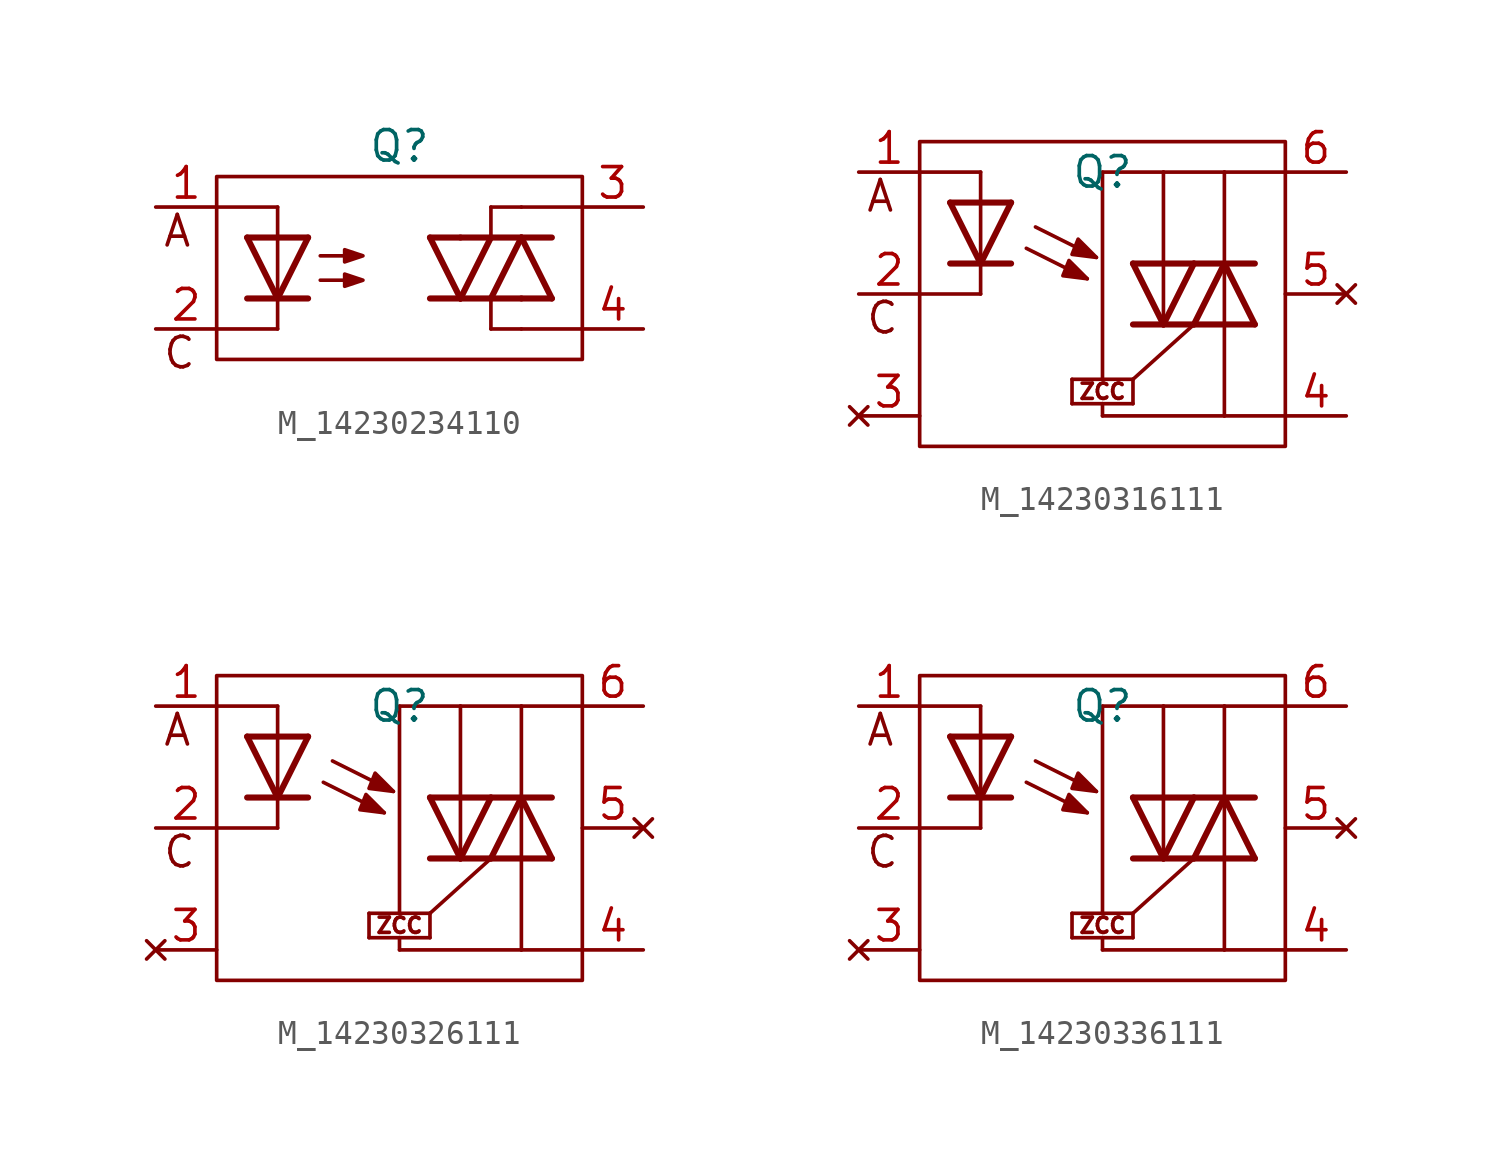
<source format=kicad_sym>
(kicad_symbol_lib
  (version 20220914)
  (generator kicad_symbol_editor)
  (symbol "M_14230234110"
    (pin_names hide)
    (property "Reference" "Q"
      (at 0 5.08 0)
      (effects (font (size 1.27 1.27))))
    (symbol "M_14230234110_0_0"
      (rectangle (start -7.62 3.81) (end 7.62 -3.81) (stroke (width 0) (type default)) (fill (type none)))
      (polyline (pts (xy -5.08 -2.54) (xy -7.62 -2.54)) (stroke (width 0.152) (type default)) (fill (type none)))
      (polyline (pts (xy -5.08 -1.27) (xy -6.35 -1.27)) (stroke (width 0.254) (type default)) (fill (type none)))
      (polyline (pts (xy -5.08 -1.27) (xy -6.35 1.27)) (stroke (width 0.254) (type default)) (fill (type none)))
      (polyline (pts (xy -5.08 -1.27) (xy -5.08 -2.54)) (stroke (width 0.152) (type default)) (fill (type none)))
      (polyline (pts (xy -5.08 1.27) (xy -6.35 1.27)) (stroke (width 0.254) (type default)) (fill (type none)))
      (polyline (pts (xy -5.08 1.27) (xy -5.08 -1.27)) (stroke (width 0.152) (type default)) (fill (type none)))
      (polyline (pts (xy -5.08 1.27) (xy -5.08 2.54)) (stroke (width 0.152) (type default)) (fill (type none)))
      (polyline (pts (xy -5.08 2.54) (xy -7.62 2.54)) (stroke (width 0.152) (type default)) (fill (type none)))
      (polyline (pts (xy -3.81 -1.27) (xy -5.08 -1.27)) (stroke (width 0.254) (type default)) (fill (type none)))
      (polyline (pts (xy -3.81 1.27) (xy -5.08 -1.27)) (stroke (width 0.254) (type default)) (fill (type none)))
      (polyline (pts (xy -3.81 1.27) (xy -5.08 1.27)) (stroke (width 0.254) (type default)) (fill (type none)))
      (polyline (pts (xy -3.302 -0.508) (xy -2.032 -0.508)) (stroke (width 0.152) (type default)) (fill (type none)))
      (polyline (pts (xy -3.302 0.508) (xy -2.032 0.508)) (stroke (width 0.152) (type default)) (fill (type none)))
      (polyline (pts (xy 2.54 -1.27) (xy 1.27 -1.27)) (stroke (width 0.254) (type default)) (fill (type none)))
      (polyline (pts (xy 2.54 -1.27) (xy 1.27 1.27)) (stroke (width 0.254) (type default)) (fill (type none)))
      (polyline (pts (xy 2.54 1.27) (xy 1.27 1.27)) (stroke (width 0.254) (type default)) (fill (type none)))
      (polyline (pts (xy 3.81 -2.54) (xy 5.08 -2.54)) (stroke (width 0.152) (type default)) (fill (type none)))
      (polyline (pts (xy 3.81 -1.27) (xy 2.54 -1.27)) (stroke (width 0.254) (type default)) (fill (type none)))
      (polyline (pts (xy 3.81 -1.27) (xy 3.81 -2.54)) (stroke (width 0.152) (type default)) (fill (type none)))
      (polyline (pts (xy 3.81 -1.27) (xy 5.08 -1.27)) (stroke (width 0.254) (type default)) (fill (type none)))
      (polyline (pts (xy 3.81 -1.27) (xy 5.08 1.27)) (stroke (width 0.254) (type default)) (fill (type none)))
      (polyline (pts (xy 3.81 1.27) (xy 2.54 -1.27)) (stroke (width 0.254) (type default)) (fill (type none)))
      (polyline (pts (xy 3.81 1.27) (xy 2.54 1.27)) (stroke (width 0.254) (type default)) (fill (type none)))
      (polyline (pts (xy 3.81 1.27) (xy 3.81 2.54)) (stroke (width 0.152) (type default)) (fill (type none)))
      (polyline (pts (xy 3.81 1.27) (xy 5.08 1.27)) (stroke (width 0.254) (type default)) (fill (type none)))
      (polyline (pts (xy 5.08 -1.27) (xy 6.35 -1.27)) (stroke (width 0.254) (type default)) (fill (type none)))
      (polyline (pts (xy 5.08 1.27) (xy 6.35 -1.27)) (stroke (width 0.254) (type default)) (fill (type none)))
      (polyline (pts (xy 5.08 1.27) (xy 6.35 1.27)) (stroke (width 0.254) (type default)) (fill (type none)))
      (polyline (pts (xy 5.08 2.54) (xy 3.81 2.54)) (stroke (width 0.152) (type default)) (fill (type none)))
      (polyline (pts (xy 7.62 -2.54) (xy 5.08 -2.54)) (stroke (width 0.152) (type default)) (fill (type none)))
      (polyline (pts (xy 7.62 2.54) (xy 5.08 2.54)) (stroke (width 0.152) (type default)) (fill (type none)))
      (polyline (pts (xy -2.286 -0.254) (xy -1.524 -0.508) (xy -2.286 -0.762) (xy -2.286 -0.254)) (stroke (width 0.152) (type default)) (fill (type outline)))
      (polyline (pts (xy -2.286 0.762) (xy -1.524 0.508) (xy -2.286 0.254) (xy -2.286 0.762)) (stroke (width 0.152) (type default)) (fill (type outline)))
      (text "A" (at -9.906 2.286 0) (effects (font (size 1.27 1.27)) (justify left top)))
      (text "C" (at -9.906 -2.794 0) (effects (font (size 1.27 1.27)) (justify left top))))
    (symbol "M_14230234110_1_0"
      (pin passive line (at -10.16 2.54 0) (length 2.54) (name "Anode" (effects (font (size 1.27 1.27)))) (number "1" (effects (font (size 1.27 1.27)))))
      (pin passive line (at -10.16 -2.54 0) (length 2.54) (name "Cathode" (effects (font (size 1.27 1.27)))) (number "2" (effects (font (size 1.27 1.27)))))
      (pin passive line (at 10.16 2.54 180) (length 2.54) (name "Teminal" (effects (font (size 1.27 1.27)))) (number "3" (effects (font (size 1.27 1.27)))))
      (pin passive line (at 10.16 -2.54 180) (length 2.54) (name "Teminal" (effects (font (size 1.27 1.27)))) (number "4" (effects (font (size 1.27 1.27)))))))
  (symbol "M_14230316111"
    (pin_names hide)
    (property "Reference" "Q"
      (at 0 5.08 0)
      (effects (font (size 1.27 1.27))))
    (symbol "M_14230316111_0_0"
      (rectangle (start -7.62 6.35) (end 7.62 -6.35) (stroke (width 0) (type default)) (fill (type none)))
      (polyline (pts (xy -5.08 0) (xy -7.62 0)) (stroke (width 0.152) (type default)) (fill (type none)))
      (polyline (pts (xy -5.08 1.27) (xy -6.35 1.27)) (stroke (width 0.254) (type default)) (fill (type none)))
      (polyline (pts (xy -5.08 1.27) (xy -6.35 3.81)) (stroke (width 0.254) (type default)) (fill (type none)))
      (polyline (pts (xy -5.08 1.27) (xy -5.08 0)) (stroke (width 0.152) (type default)) (fill (type none)))
      (polyline (pts (xy -5.08 3.81) (xy -6.35 3.81)) (stroke (width 0.254) (type default)) (fill (type none)))
      (polyline (pts (xy -5.08 3.81) (xy -5.08 1.27)) (stroke (width 0.152) (type default)) (fill (type none)))
      (polyline (pts (xy -5.08 3.81) (xy -5.08 5.08)) (stroke (width 0.152) (type default)) (fill (type none)))
      (polyline (pts (xy -5.08 5.08) (xy -7.62 5.08)) (stroke (width 0.152) (type default)) (fill (type none)))
      (polyline (pts (xy -3.81 1.27) (xy -5.08 1.27)) (stroke (width 0.254) (type default)) (fill (type none)))
      (polyline (pts (xy -3.81 3.81) (xy -5.08 1.27)) (stroke (width 0.254) (type default)) (fill (type none)))
      (polyline (pts (xy -3.81 3.81) (xy -5.08 3.81)) (stroke (width 0.254) (type default)) (fill (type none)))
      (polyline (pts (xy -3.175 1.905) (xy -0.635 0.635)) (stroke (width 0.152) (type default)) (fill (type none)))
      (polyline (pts (xy -2.794 2.794) (xy -0.254 1.524)) (stroke (width 0.152) (type default)) (fill (type none)))
      (polyline (pts (xy -1.27 -4.572) (xy -1.27 -3.556)) (stroke (width 0.152) (type default)) (fill (type none)))
      (polyline (pts (xy -1.27 -3.556) (xy 0 -3.556)) (stroke (width 0.152) (type default)) (fill (type none)))
      (polyline (pts (xy 0 -5.08) (xy 5.08 -5.08)) (stroke (width 0.152) (type default)) (fill (type none)))
      (polyline (pts (xy 0 -4.572) (xy -1.27 -4.572)) (stroke (width 0.152) (type default)) (fill (type none)))
      (polyline (pts (xy 0 -4.572) (xy 0 -5.08)) (stroke (width 0.152) (type default)) (fill (type none)))
      (polyline (pts (xy 0 -3.556) (xy 1.27 -3.556)) (stroke (width 0.152) (type default)) (fill (type none)))
      (polyline (pts (xy 0 5.08) (xy 0 -3.556)) (stroke (width 0.152) (type default)) (fill (type none)))
      (polyline (pts (xy 1.27 -4.572) (xy 0 -4.572)) (stroke (width 0.152) (type default)) (fill (type none)))
      (polyline (pts (xy 1.27 -3.556) (xy 1.27 -4.572)) (stroke (width 0.152) (type default)) (fill (type none)))
      (polyline (pts (xy 1.27 -3.556) (xy 3.81 -1.27)) (stroke (width 0.152) (type default)) (fill (type none)))
      (polyline (pts (xy 2.54 -1.27) (xy 1.27 -1.27)) (stroke (width 0.254) (type default)) (fill (type none)))
      (polyline (pts (xy 2.54 -1.27) (xy 1.27 1.27)) (stroke (width 0.254) (type default)) (fill (type none)))
      (polyline (pts (xy 2.54 1.27) (xy 1.27 1.27)) (stroke (width 0.254) (type default)) (fill (type none)))
      (polyline (pts (xy 2.54 1.27) (xy 2.54 -1.27)) (stroke (width 0.152) (type default)) (fill (type none)))
      (polyline (pts (xy 2.54 1.27) (xy 2.54 5.08)) (stroke (width 0.152) (type default)) (fill (type none)))
      (polyline (pts (xy 2.54 5.08) (xy 0 5.08)) (stroke (width 0.152) (type default)) (fill (type none)))
      (polyline (pts (xy 3.81 -1.27) (xy 2.54 -1.27)) (stroke (width 0.254) (type default)) (fill (type none)))
      (polyline (pts (xy 3.81 -1.27) (xy 5.08 -1.27)) (stroke (width 0.254) (type default)) (fill (type none)))
      (polyline (pts (xy 3.81 -1.27) (xy 5.08 1.27)) (stroke (width 0.254) (type default)) (fill (type none)))
      (polyline (pts (xy 3.81 1.27) (xy 2.54 -1.27)) (stroke (width 0.254) (type default)) (fill (type none)))
      (polyline (pts (xy 3.81 1.27) (xy 2.54 1.27)) (stroke (width 0.254) (type default)) (fill (type none)))
      (polyline (pts (xy 3.81 1.27) (xy 5.08 1.27)) (stroke (width 0.254) (type default)) (fill (type none)))
      (polyline (pts (xy 5.08 -1.27) (xy 5.08 -5.08)) (stroke (width 0.152) (type default)) (fill (type none)))
      (polyline (pts (xy 5.08 -1.27) (xy 5.08 1.27)) (stroke (width 0.152) (type default)) (fill (type none)))
      (polyline (pts (xy 5.08 -1.27) (xy 6.35 -1.27)) (stroke (width 0.254) (type default)) (fill (type none)))
      (polyline (pts (xy 5.08 1.27) (xy 5.08 5.08)) (stroke (width 0.152) (type default)) (fill (type none)))
      (polyline (pts (xy 5.08 1.27) (xy 6.35 -1.27)) (stroke (width 0.254) (type default)) (fill (type none)))
      (polyline (pts (xy 5.08 1.27) (xy 6.35 1.27)) (stroke (width 0.254) (type default)) (fill (type none)))
      (polyline (pts (xy 5.08 5.08) (xy 2.54 5.08)) (stroke (width 0.152) (type default)) (fill (type none)))
      (polyline (pts (xy 7.62 -5.08) (xy 5.08 -5.08)) (stroke (width 0.152) (type default)) (fill (type none)))
      (polyline (pts (xy 7.62 5.08) (xy 5.08 5.08)) (stroke (width 0.152) (type default)) (fill (type none)))
      (polyline (pts (xy -1.397 1.397) (xy -0.635 0.635) (xy -1.651 0.762) (xy -1.397 1.397)) (stroke (width 0.152) (type default)) (fill (type outline)))
      (polyline (pts (xy -1.016 2.286) (xy -0.254 1.524) (xy -1.27 1.651) (xy -1.016 2.286)) (stroke (width 0.152) (type default)) (fill (type outline)))
      (text "A" (at -9.906 4.826 0) (effects (font (size 1.27 1.27)) (justify left top)))
      (text "C" (at -9.906 -0.254 0) (effects (font (size 1.27 1.27)) (justify left top))))
    (symbol "M_14230316111_1_0"
      (text "ZCC" (at 0 -4.064 0) (effects (font (size 0.635 0.635))))
      (pin passive line (at -10.16 5.08 0) (length 2.54) (name "Anode" (effects (font (size 1.27 1.27)))) (number "1" (effects (font (size 1.27 1.27)))))
      (pin passive line (at -10.16 0 0) (length 2.54) (name "Cathode" (effects (font (size 1.27 1.27)))) (number "2" (effects (font (size 1.27 1.27)))))
      (pin no_connect line (at -10.16 -5.08 0) (length 2.54) (name "NC" (effects (font (size 1.27 1.27)))) (number "3" (effects (font (size 1.27 1.27)))))
      (pin passive line (at 10.16 -5.08 180) (length 2.54) (name "Teminal" (effects (font (size 1.27 1.27)))) (number "4" (effects (font (size 1.27 1.27)))))
      (pin no_connect line (at 10.16 0 180) (length 2.54) (name "NC" (effects (font (size 1.27 1.27)))) (number "5" (effects (font (size 1.27 1.27)))))
      (pin passive line (at 10.16 5.08 180) (length 2.54) (name "Teminal" (effects (font (size 1.27 1.27)))) (number "6" (effects (font (size 1.27 1.27)))))))
  (symbol "M_14230326111"
    (pin_names hide)
    (property "Reference" "Q"
      (at 0 5.08 0)
      (effects (font (size 1.27 1.27))))
    (symbol "M_14230326111_0_0"
      (rectangle (start -7.62 6.35) (end 7.62 -6.35) (stroke (width 0) (type default)) (fill (type none)))
      (polyline (pts (xy -5.08 0) (xy -7.62 0)) (stroke (width 0.152) (type default)) (fill (type none)))
      (polyline (pts (xy -5.08 1.27) (xy -6.35 1.27)) (stroke (width 0.254) (type default)) (fill (type none)))
      (polyline (pts (xy -5.08 1.27) (xy -6.35 3.81)) (stroke (width 0.254) (type default)) (fill (type none)))
      (polyline (pts (xy -5.08 1.27) (xy -5.08 0)) (stroke (width 0.152) (type default)) (fill (type none)))
      (polyline (pts (xy -5.08 3.81) (xy -6.35 3.81)) (stroke (width 0.254) (type default)) (fill (type none)))
      (polyline (pts (xy -5.08 3.81) (xy -5.08 1.27)) (stroke (width 0.152) (type default)) (fill (type none)))
      (polyline (pts (xy -5.08 3.81) (xy -5.08 5.08)) (stroke (width 0.152) (type default)) (fill (type none)))
      (polyline (pts (xy -5.08 5.08) (xy -7.62 5.08)) (stroke (width 0.152) (type default)) (fill (type none)))
      (polyline (pts (xy -3.81 1.27) (xy -5.08 1.27)) (stroke (width 0.254) (type default)) (fill (type none)))
      (polyline (pts (xy -3.81 3.81) (xy -5.08 1.27)) (stroke (width 0.254) (type default)) (fill (type none)))
      (polyline (pts (xy -3.81 3.81) (xy -5.08 3.81)) (stroke (width 0.254) (type default)) (fill (type none)))
      (polyline (pts (xy -3.175 1.905) (xy -0.635 0.635)) (stroke (width 0.152) (type default)) (fill (type none)))
      (polyline (pts (xy -2.794 2.794) (xy -0.254 1.524)) (stroke (width 0.152) (type default)) (fill (type none)))
      (polyline (pts (xy -1.27 -4.572) (xy -1.27 -3.556)) (stroke (width 0.152) (type default)) (fill (type none)))
      (polyline (pts (xy -1.27 -3.556) (xy 0 -3.556)) (stroke (width 0.152) (type default)) (fill (type none)))
      (polyline (pts (xy 0 -5.08) (xy 5.08 -5.08)) (stroke (width 0.152) (type default)) (fill (type none)))
      (polyline (pts (xy 0 -4.572) (xy -1.27 -4.572)) (stroke (width 0.152) (type default)) (fill (type none)))
      (polyline (pts (xy 0 -4.572) (xy 0 -5.08)) (stroke (width 0.152) (type default)) (fill (type none)))
      (polyline (pts (xy 0 -3.556) (xy 1.27 -3.556)) (stroke (width 0.152) (type default)) (fill (type none)))
      (polyline (pts (xy 0 5.08) (xy 0 -3.556)) (stroke (width 0.152) (type default)) (fill (type none)))
      (polyline (pts (xy 1.27 -4.572) (xy 0 -4.572)) (stroke (width 0.152) (type default)) (fill (type none)))
      (polyline (pts (xy 1.27 -3.556) (xy 1.27 -4.572)) (stroke (width 0.152) (type default)) (fill (type none)))
      (polyline (pts (xy 1.27 -3.556) (xy 3.81 -1.27)) (stroke (width 0.152) (type default)) (fill (type none)))
      (polyline (pts (xy 2.54 -1.27) (xy 1.27 -1.27)) (stroke (width 0.254) (type default)) (fill (type none)))
      (polyline (pts (xy 2.54 -1.27) (xy 1.27 1.27)) (stroke (width 0.254) (type default)) (fill (type none)))
      (polyline (pts (xy 2.54 1.27) (xy 1.27 1.27)) (stroke (width 0.254) (type default)) (fill (type none)))
      (polyline (pts (xy 2.54 1.27) (xy 2.54 -1.27)) (stroke (width 0.152) (type default)) (fill (type none)))
      (polyline (pts (xy 2.54 1.27) (xy 2.54 5.08)) (stroke (width 0.152) (type default)) (fill (type none)))
      (polyline (pts (xy 2.54 5.08) (xy 0 5.08)) (stroke (width 0.152) (type default)) (fill (type none)))
      (polyline (pts (xy 3.81 -1.27) (xy 2.54 -1.27)) (stroke (width 0.254) (type default)) (fill (type none)))
      (polyline (pts (xy 3.81 -1.27) (xy 5.08 -1.27)) (stroke (width 0.254) (type default)) (fill (type none)))
      (polyline (pts (xy 3.81 -1.27) (xy 5.08 1.27)) (stroke (width 0.254) (type default)) (fill (type none)))
      (polyline (pts (xy 3.81 1.27) (xy 2.54 -1.27)) (stroke (width 0.254) (type default)) (fill (type none)))
      (polyline (pts (xy 3.81 1.27) (xy 2.54 1.27)) (stroke (width 0.254) (type default)) (fill (type none)))
      (polyline (pts (xy 3.81 1.27) (xy 5.08 1.27)) (stroke (width 0.254) (type default)) (fill (type none)))
      (polyline (pts (xy 5.08 -1.27) (xy 5.08 -5.08)) (stroke (width 0.152) (type default)) (fill (type none)))
      (polyline (pts (xy 5.08 -1.27) (xy 5.08 1.27)) (stroke (width 0.152) (type default)) (fill (type none)))
      (polyline (pts (xy 5.08 -1.27) (xy 6.35 -1.27)) (stroke (width 0.254) (type default)) (fill (type none)))
      (polyline (pts (xy 5.08 1.27) (xy 5.08 5.08)) (stroke (width 0.152) (type default)) (fill (type none)))
      (polyline (pts (xy 5.08 1.27) (xy 6.35 -1.27)) (stroke (width 0.254) (type default)) (fill (type none)))
      (polyline (pts (xy 5.08 1.27) (xy 6.35 1.27)) (stroke (width 0.254) (type default)) (fill (type none)))
      (polyline (pts (xy 5.08 5.08) (xy 2.54 5.08)) (stroke (width 0.152) (type default)) (fill (type none)))
      (polyline (pts (xy 7.62 -5.08) (xy 5.08 -5.08)) (stroke (width 0.152) (type default)) (fill (type none)))
      (polyline (pts (xy 7.62 5.08) (xy 5.08 5.08)) (stroke (width 0.152) (type default)) (fill (type none)))
      (polyline (pts (xy -1.397 1.397) (xy -0.635 0.635) (xy -1.651 0.762) (xy -1.397 1.397)) (stroke (width 0.152) (type default)) (fill (type outline)))
      (polyline (pts (xy -1.016 2.286) (xy -0.254 1.524) (xy -1.27 1.651) (xy -1.016 2.286)) (stroke (width 0.152) (type default)) (fill (type outline)))
      (text "A" (at -9.906 4.826 0) (effects (font (size 1.27 1.27)) (justify left top)))
      (text "C" (at -9.906 -0.254 0) (effects (font (size 1.27 1.27)) (justify left top))))
    (symbol "M_14230326111_1_0"
      (text "ZCC" (at 0 -4.064 0) (effects (font (size 0.635 0.635))))
      (pin passive line (at -10.16 5.08 0) (length 2.54) (name "Anode" (effects (font (size 1.27 1.27)))) (number "1" (effects (font (size 1.27 1.27)))))
      (pin passive line (at -10.16 0 0) (length 2.54) (name "Cathode" (effects (font (size 1.27 1.27)))) (number "2" (effects (font (size 1.27 1.27)))))
      (pin no_connect line (at -10.16 -5.08 0) (length 2.54) (name "NC" (effects (font (size 1.27 1.27)))) (number "3" (effects (font (size 1.27 1.27)))))
      (pin passive line (at 10.16 -5.08 180) (length 2.54) (name "Teminal" (effects (font (size 1.27 1.27)))) (number "4" (effects (font (size 1.27 1.27)))))
      (pin no_connect line (at 10.16 0 180) (length 2.54) (name "NC" (effects (font (size 1.27 1.27)))) (number "5" (effects (font (size 1.27 1.27)))))
      (pin passive line (at 10.16 5.08 180) (length 2.54) (name "Teminal" (effects (font (size 1.27 1.27)))) (number "6" (effects (font (size 1.27 1.27)))))))
  (symbol "M_14230336111"
    (pin_names hide)
    (property "Reference" "Q"
      (at 0 5.08 0)
      (effects (font (size 1.27 1.27))))
    (symbol "M_14230336111_0_0"
      (rectangle (start -7.62 6.35) (end 7.62 -6.35) (stroke (width 0) (type default)) (fill (type none)))
      (polyline (pts (xy -5.08 0) (xy -7.62 0)) (stroke (width 0.152) (type default)) (fill (type none)))
      (polyline (pts (xy -5.08 1.27) (xy -6.35 1.27)) (stroke (width 0.254) (type default)) (fill (type none)))
      (polyline (pts (xy -5.08 1.27) (xy -6.35 3.81)) (stroke (width 0.254) (type default)) (fill (type none)))
      (polyline (pts (xy -5.08 1.27) (xy -5.08 0)) (stroke (width 0.152) (type default)) (fill (type none)))
      (polyline (pts (xy -5.08 3.81) (xy -6.35 3.81)) (stroke (width 0.254) (type default)) (fill (type none)))
      (polyline (pts (xy -5.08 3.81) (xy -5.08 1.27)) (stroke (width 0.152) (type default)) (fill (type none)))
      (polyline (pts (xy -5.08 3.81) (xy -5.08 5.08)) (stroke (width 0.152) (type default)) (fill (type none)))
      (polyline (pts (xy -5.08 5.08) (xy -7.62 5.08)) (stroke (width 0.152) (type default)) (fill (type none)))
      (polyline (pts (xy -3.81 1.27) (xy -5.08 1.27)) (stroke (width 0.254) (type default)) (fill (type none)))
      (polyline (pts (xy -3.81 3.81) (xy -5.08 1.27)) (stroke (width 0.254) (type default)) (fill (type none)))
      (polyline (pts (xy -3.81 3.81) (xy -5.08 3.81)) (stroke (width 0.254) (type default)) (fill (type none)))
      (polyline (pts (xy -3.175 1.905) (xy -0.635 0.635)) (stroke (width 0.152) (type default)) (fill (type none)))
      (polyline (pts (xy -2.794 2.794) (xy -0.254 1.524)) (stroke (width 0.152) (type default)) (fill (type none)))
      (polyline (pts (xy -1.27 -4.572) (xy -1.27 -3.556)) (stroke (width 0.152) (type default)) (fill (type none)))
      (polyline (pts (xy -1.27 -3.556) (xy 0 -3.556)) (stroke (width 0.152) (type default)) (fill (type none)))
      (polyline (pts (xy 0 -5.08) (xy 5.08 -5.08)) (stroke (width 0.152) (type default)) (fill (type none)))
      (polyline (pts (xy 0 -4.572) (xy -1.27 -4.572)) (stroke (width 0.152) (type default)) (fill (type none)))
      (polyline (pts (xy 0 -4.572) (xy 0 -5.08)) (stroke (width 0.152) (type default)) (fill (type none)))
      (polyline (pts (xy 0 -3.556) (xy 1.27 -3.556)) (stroke (width 0.152) (type default)) (fill (type none)))
      (polyline (pts (xy 0 5.08) (xy 0 -3.556)) (stroke (width 0.152) (type default)) (fill (type none)))
      (polyline (pts (xy 1.27 -4.572) (xy 0 -4.572)) (stroke (width 0.152) (type default)) (fill (type none)))
      (polyline (pts (xy 1.27 -3.556) (xy 1.27 -4.572)) (stroke (width 0.152) (type default)) (fill (type none)))
      (polyline (pts (xy 1.27 -3.556) (xy 3.81 -1.27)) (stroke (width 0.152) (type default)) (fill (type none)))
      (polyline (pts (xy 2.54 -1.27) (xy 1.27 -1.27)) (stroke (width 0.254) (type default)) (fill (type none)))
      (polyline (pts (xy 2.54 -1.27) (xy 1.27 1.27)) (stroke (width 0.254) (type default)) (fill (type none)))
      (polyline (pts (xy 2.54 1.27) (xy 1.27 1.27)) (stroke (width 0.254) (type default)) (fill (type none)))
      (polyline (pts (xy 2.54 1.27) (xy 2.54 -1.27)) (stroke (width 0.152) (type default)) (fill (type none)))
      (polyline (pts (xy 2.54 1.27) (xy 2.54 5.08)) (stroke (width 0.152) (type default)) (fill (type none)))
      (polyline (pts (xy 2.54 5.08) (xy 0 5.08)) (stroke (width 0.152) (type default)) (fill (type none)))
      (polyline (pts (xy 3.81 -1.27) (xy 2.54 -1.27)) (stroke (width 0.254) (type default)) (fill (type none)))
      (polyline (pts (xy 3.81 -1.27) (xy 5.08 -1.27)) (stroke (width 0.254) (type default)) (fill (type none)))
      (polyline (pts (xy 3.81 -1.27) (xy 5.08 1.27)) (stroke (width 0.254) (type default)) (fill (type none)))
      (polyline (pts (xy 3.81 1.27) (xy 2.54 -1.27)) (stroke (width 0.254) (type default)) (fill (type none)))
      (polyline (pts (xy 3.81 1.27) (xy 2.54 1.27)) (stroke (width 0.254) (type default)) (fill (type none)))
      (polyline (pts (xy 3.81 1.27) (xy 5.08 1.27)) (stroke (width 0.254) (type default)) (fill (type none)))
      (polyline (pts (xy 5.08 -1.27) (xy 5.08 -5.08)) (stroke (width 0.152) (type default)) (fill (type none)))
      (polyline (pts (xy 5.08 -1.27) (xy 5.08 1.27)) (stroke (width 0.152) (type default)) (fill (type none)))
      (polyline (pts (xy 5.08 -1.27) (xy 6.35 -1.27)) (stroke (width 0.254) (type default)) (fill (type none)))
      (polyline (pts (xy 5.08 1.27) (xy 5.08 5.08)) (stroke (width 0.152) (type default)) (fill (type none)))
      (polyline (pts (xy 5.08 1.27) (xy 6.35 -1.27)) (stroke (width 0.254) (type default)) (fill (type none)))
      (polyline (pts (xy 5.08 1.27) (xy 6.35 1.27)) (stroke (width 0.254) (type default)) (fill (type none)))
      (polyline (pts (xy 5.08 5.08) (xy 2.54 5.08)) (stroke (width 0.152) (type default)) (fill (type none)))
      (polyline (pts (xy 7.62 -5.08) (xy 5.08 -5.08)) (stroke (width 0.152) (type default)) (fill (type none)))
      (polyline (pts (xy 7.62 5.08) (xy 5.08 5.08)) (stroke (width 0.152) (type default)) (fill (type none)))
      (polyline (pts (xy -1.397 1.397) (xy -0.635 0.635) (xy -1.651 0.762) (xy -1.397 1.397)) (stroke (width 0.152) (type default)) (fill (type outline)))
      (polyline (pts (xy -1.016 2.286) (xy -0.254 1.524) (xy -1.27 1.651) (xy -1.016 2.286)) (stroke (width 0.152) (type default)) (fill (type outline)))
      (text "A" (at -9.906 4.826 0) (effects (font (size 1.27 1.27)) (justify left top)))
      (text "C" (at -9.906 -0.254 0) (effects (font (size 1.27 1.27)) (justify left top))))
    (symbol "M_14230336111_1_0"
      (text "ZCC" (at 0 -4.064 0) (effects (font (size 0.635 0.635))))
      (pin passive line (at -10.16 5.08 0) (length 2.54) (name "Anode" (effects (font (size 1.27 1.27)))) (number "1" (effects (font (size 1.27 1.27)))))
      (pin passive line (at -10.16 0 0) (length 2.54) (name "Cathode" (effects (font (size 1.27 1.27)))) (number "2" (effects (font (size 1.27 1.27)))))
      (pin no_connect line (at -10.16 -5.08 0) (length 2.54) (name "NC" (effects (font (size 1.27 1.27)))) (number "3" (effects (font (size 1.27 1.27)))))
      (pin passive line (at 10.16 -5.08 180) (length 2.54) (name "Teminal" (effects (font (size 1.27 1.27)))) (number "4" (effects (font (size 1.27 1.27)))))
      (pin no_connect line (at 10.16 0 180) (length 2.54) (name "NC" (effects (font (size 1.27 1.27)))) (number "5" (effects (font (size 1.27 1.27)))))
      (pin passive line (at 10.16 5.08 180) (length 2.54) (name "Teminal" (effects (font (size 1.27 1.27)))) (number "6" (effects (font (size 1.27 1.27))))))))
</source>
